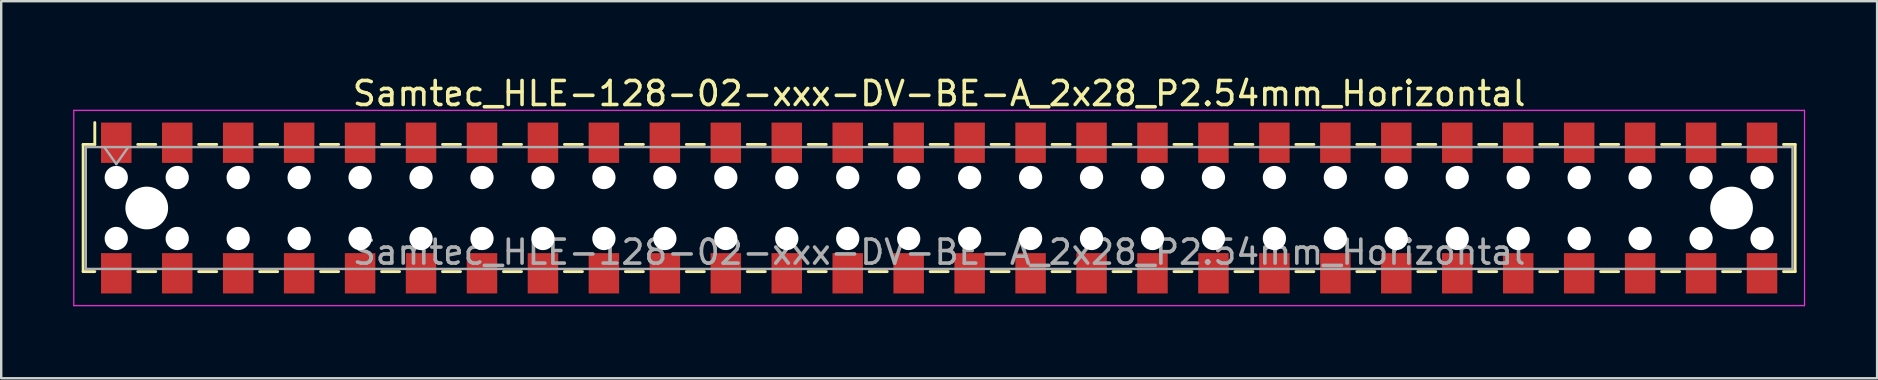
<source format=kicad_pcb>
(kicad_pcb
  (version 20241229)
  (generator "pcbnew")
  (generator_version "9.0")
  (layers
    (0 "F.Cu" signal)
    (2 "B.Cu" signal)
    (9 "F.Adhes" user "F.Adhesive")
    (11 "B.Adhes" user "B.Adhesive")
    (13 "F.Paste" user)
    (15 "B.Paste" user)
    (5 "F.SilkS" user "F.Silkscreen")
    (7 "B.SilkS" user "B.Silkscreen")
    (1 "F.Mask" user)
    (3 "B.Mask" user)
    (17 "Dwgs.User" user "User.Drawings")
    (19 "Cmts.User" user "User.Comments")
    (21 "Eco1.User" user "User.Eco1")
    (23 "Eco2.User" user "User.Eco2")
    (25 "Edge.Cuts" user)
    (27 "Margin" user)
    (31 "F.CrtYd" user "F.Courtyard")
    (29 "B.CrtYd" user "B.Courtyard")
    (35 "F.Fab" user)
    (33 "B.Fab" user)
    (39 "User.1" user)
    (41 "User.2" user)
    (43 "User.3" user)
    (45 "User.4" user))
  (footprint "Samtec_HLE-128-02-xxx-DV-BE-A_2x28_P2.54mm_Horizontal"
    (layer "F.Cu")
    (at 36.085 5.618)
    (property "Reference" "Samtec_HLE-128-02-xxx-DV-BE-A_2x28_P2.54mm_Horizontal" (at 0 -4.77 0) (layer "F.SilkS") (effects (font (size 1 1) (thickness 0.15))))
    (attr smd)
    (fp_line (start -35.67 -2.65) (end -35.67 2.65) (stroke (width 0.12) (type solid)) (layer "F.SilkS"))
    (fp_line (start -35.67 2.65) (end -35.185 2.65) (stroke (width 0.12) (type solid)) (layer "F.SilkS"))
    (fp_line (start -35.185 -3.56) (end -35.185 -2.65) (stroke (width 0.12) (type solid)) (layer "F.SilkS"))
    (fp_line (start -35.185 -2.65) (end -35.67 -2.65) (stroke (width 0.12) (type solid)) (layer "F.SilkS"))
    (fp_line (start -33.395 -2.65) (end -32.645 -2.65) (stroke (width 0.12) (type solid)) (layer "F.SilkS"))
    (fp_line (start -33.395 2.65) (end -32.645 2.65) (stroke (width 0.12) (type solid)) (layer "F.SilkS"))
    (fp_line (start -30.855 -2.65) (end -30.105 -2.65) (stroke (width 0.12) (type solid)) (layer "F.SilkS"))
    (fp_line (start -30.855 2.65) (end -30.105 2.65) (stroke (width 0.12) (type solid)) (layer "F.SilkS"))
    (fp_line (start -28.315 -2.65) (end -27.565 -2.65) (stroke (width 0.12) (type solid)) (layer "F.SilkS"))
    (fp_line (start -28.315 2.65) (end -27.565 2.65) (stroke (width 0.12) (type solid)) (layer "F.SilkS"))
    (fp_line (start -25.775 -2.65) (end -25.025 -2.65) (stroke (width 0.12) (type solid)) (layer "F.SilkS"))
    (fp_line (start -25.775 2.65) (end -25.025 2.65) (stroke (width 0.12) (type solid)) (layer "F.SilkS"))
    (fp_line (start -23.235 -2.65) (end -22.485 -2.65) (stroke (width 0.12) (type solid)) (layer "F.SilkS"))
    (fp_line (start -23.235 2.65) (end -22.485 2.65) (stroke (width 0.12) (type solid)) (layer "F.SilkS"))
    (fp_line (start -20.695 -2.65) (end -19.945 -2.65) (stroke (width 0.12) (type solid)) (layer "F.SilkS"))
    (fp_line (start -20.695 2.65) (end -19.945 2.65) (stroke (width 0.12) (type solid)) (layer "F.SilkS"))
    (fp_line (start -18.155 -2.65) (end -17.405 -2.65) (stroke (width 0.12) (type solid)) (layer "F.SilkS"))
    (fp_line (start -18.155 2.65) (end -17.405 2.65) (stroke (width 0.12) (type solid)) (layer "F.SilkS"))
    (fp_line (start -15.615 -2.65) (end -14.865 -2.65) (stroke (width 0.12) (type solid)) (layer "F.SilkS"))
    (fp_line (start -15.615 2.65) (end -14.865 2.65) (stroke (width 0.12) (type solid)) (layer "F.SilkS"))
    (fp_line (start -13.075 -2.65) (end -12.325 -2.65) (stroke (width 0.12) (type solid)) (layer "F.SilkS"))
    (fp_line (start -13.075 2.65) (end -12.325 2.65) (stroke (width 0.12) (type solid)) (layer "F.SilkS"))
    (fp_line (start -10.535 -2.65) (end -9.785 -2.65) (stroke (width 0.12) (type solid)) (layer "F.SilkS"))
    (fp_line (start -10.535 2.65) (end -9.785 2.65) (stroke (width 0.12) (type solid)) (layer "F.SilkS"))
    (fp_line (start -7.995 -2.65) (end -7.245 -2.65) (stroke (width 0.12) (type solid)) (layer "F.SilkS"))
    (fp_line (start -7.995 2.65) (end -7.245 2.65) (stroke (width 0.12) (type solid)) (layer "F.SilkS"))
    (fp_line (start -5.455 -2.65) (end -4.705 -2.65) (stroke (width 0.12) (type solid)) (layer "F.SilkS"))
    (fp_line (start -5.455 2.65) (end -4.705 2.65) (stroke (width 0.12) (type solid)) (layer "F.SilkS"))
    (fp_line (start -2.915 -2.65) (end -2.165 -2.65) (stroke (width 0.12) (type solid)) (layer "F.SilkS"))
    (fp_line (start -2.915 2.65) (end -2.165 2.65) (stroke (width 0.12) (type solid)) (layer "F.SilkS"))
    (fp_line (start -0.375 -2.65) (end 0.375 -2.65) (stroke (width 0.12) (type solid)) (layer "F.SilkS"))
    (fp_line (start -0.375 2.65) (end 0.375 2.65) (stroke (width 0.12) (type solid)) (layer "F.SilkS"))
    (fp_line (start 2.165 -2.65) (end 2.915 -2.65) (stroke (width 0.12) (type solid)) (layer "F.SilkS"))
    (fp_line (start 2.165 2.65) (end 2.915 2.65) (stroke (width 0.12) (type solid)) (layer "F.SilkS"))
    (fp_line (start 4.705 -2.65) (end 5.455 -2.65) (stroke (width 0.12) (type solid)) (layer "F.SilkS"))
    (fp_line (start 4.705 2.65) (end 5.455 2.65) (stroke (width 0.12) (type solid)) (layer "F.SilkS"))
    (fp_line (start 7.245 -2.65) (end 7.995 -2.65) (stroke (width 0.12) (type solid)) (layer "F.SilkS"))
    (fp_line (start 7.245 2.65) (end 7.995 2.65) (stroke (width 0.12) (type solid)) (layer "F.SilkS"))
    (fp_line (start 9.785 -2.65) (end 10.535 -2.65) (stroke (width 0.12) (type solid)) (layer "F.SilkS"))
    (fp_line (start 9.785 2.65) (end 10.535 2.65) (stroke (width 0.12) (type solid)) (layer "F.SilkS"))
    (fp_line (start 12.325 -2.65) (end 13.075 -2.65) (stroke (width 0.12) (type solid)) (layer "F.SilkS"))
    (fp_line (start 12.325 2.65) (end 13.075 2.65) (stroke (width 0.12) (type solid)) (layer "F.SilkS"))
    (fp_line (start 14.865 -2.65) (end 15.615 -2.65) (stroke (width 0.12) (type solid)) (layer "F.SilkS"))
    (fp_line (start 14.865 2.65) (end 15.615 2.65) (stroke (width 0.12) (type solid)) (layer "F.SilkS"))
    (fp_line (start 17.405 -2.65) (end 18.155 -2.65) (stroke (width 0.12) (type solid)) (layer "F.SilkS"))
    (fp_line (start 17.405 2.65) (end 18.155 2.65) (stroke (width 0.12) (type solid)) (layer "F.SilkS"))
    (fp_line (start 19.945 -2.65) (end 20.695 -2.65) (stroke (width 0.12) (type solid)) (layer "F.SilkS"))
    (fp_line (start 19.945 2.65) (end 20.695 2.65) (stroke (width 0.12) (type solid)) (layer "F.SilkS"))
    (fp_line (start 22.485 -2.65) (end 23.235 -2.65) (stroke (width 0.12) (type solid)) (layer "F.SilkS"))
    (fp_line (start 22.485 2.65) (end 23.235 2.65) (stroke (width 0.12) (type solid)) (layer "F.SilkS"))
    (fp_line (start 25.025 -2.65) (end 25.775 -2.65) (stroke (width 0.12) (type solid)) (layer "F.SilkS"))
    (fp_line (start 25.025 2.65) (end 25.775 2.65) (stroke (width 0.12) (type solid)) (layer "F.SilkS"))
    (fp_line (start 27.565 -2.65) (end 28.315 -2.65) (stroke (width 0.12) (type solid)) (layer "F.SilkS"))
    (fp_line (start 27.565 2.65) (end 28.315 2.65) (stroke (width 0.12) (type solid)) (layer "F.SilkS"))
    (fp_line (start 30.105 -2.65) (end 30.855 -2.65) (stroke (width 0.12) (type solid)) (layer "F.SilkS"))
    (fp_line (start 30.105 2.65) (end 30.855 2.65) (stroke (width 0.12) (type solid)) (layer "F.SilkS"))
    (fp_line (start 32.645 -2.65) (end 33.395 -2.65) (stroke (width 0.12) (type solid)) (layer "F.SilkS"))
    (fp_line (start 32.645 2.65) (end 33.395 2.65) (stroke (width 0.12) (type solid)) (layer "F.SilkS"))
    (fp_line (start 35.185 -2.65) (end 35.67 -2.65) (stroke (width 0.12) (type solid)) (layer "F.SilkS"))
    (fp_line (start 35.67 -2.65) (end 35.67 2.65) (stroke (width 0.12) (type solid)) (layer "F.SilkS"))
    (fp_line (start 35.67 2.65) (end 35.185 2.65) (stroke (width 0.12) (type solid)) (layer "F.SilkS"))
    (fp_line (start -36.06 -4.07) (end 36.06 -4.07) (stroke (width 0.05) (type solid)) (layer "F.CrtYd"))
    (fp_line (start -36.06 4.07) (end -36.06 -4.07) (stroke (width 0.05) (type solid)) (layer "F.CrtYd"))
    (fp_line (start 36.06 -4.07) (end 36.06 4.07) (stroke (width 0.05) (type solid)) (layer "F.CrtYd"))
    (fp_line (start 36.06 4.07) (end -36.06 4.07) (stroke (width 0.05) (type solid)) (layer "F.CrtYd"))
    (fp_line (start -35.56 -2.54) (end 35.56 -2.54) (stroke (width 0.1) (type solid)) (layer "F.Fab"))
    (fp_line (start -35.56 2.54) (end -35.56 -2.54) (stroke (width 0.1) (type solid)) (layer "F.Fab"))
    (fp_line (start -34.79 -2.54) (end -34.29 -1.833) (stroke (width 0.1) (type solid)) (layer "F.Fab"))
    (fp_line (start -34.29 -1.833) (end -33.79 -2.54) (stroke (width 0.1) (type solid)) (layer "F.Fab"))
    (fp_line (start 35.56 -2.54) (end 35.56 2.54) (stroke (width 0.1) (type solid)) (layer "F.Fab"))
    (fp_line (start 35.56 2.54) (end -35.56 2.54) (stroke (width 0.1) (type solid)) (layer "F.Fab"))
    (fp_text user "${REFERENCE}" (at 0 1.84 0) (layer "F.Fab") (effects (font (size 1 1) (thickness 0.15))))
    (pad "" np_thru_hole circle (at -34.29 -1.27) (size 0.97 0.97) (drill 0.97) (layers "*.Cu" "*.Mask"))
    (pad "" np_thru_hole circle (at -34.29 1.27) (size 0.97 0.97) (drill 0.97) (layers "*.Cu" "*.Mask"))
    (pad "" np_thru_hole circle (at -33.02 0) (size 1.78 1.78) (drill 1.78) (layers "*.Cu" "*.Mask"))
    (pad "" np_thru_hole circle (at -31.75 -1.27) (size 0.97 0.97) (drill 0.97) (layers "*.Cu" "*.Mask"))
    (pad "" np_thru_hole circle (at -31.75 1.27) (size 0.97 0.97) (drill 0.97) (layers "*.Cu" "*.Mask"))
    (pad "" np_thru_hole circle (at -29.21 -1.27) (size 0.97 0.97) (drill 0.97) (layers "*.Cu" "*.Mask"))
    (pad "" np_thru_hole circle (at -29.21 1.27) (size 0.97 0.97) (drill 0.97) (layers "*.Cu" "*.Mask"))
    (pad "" np_thru_hole circle (at -26.67 -1.27) (size 0.97 0.97) (drill 0.97) (layers "*.Cu" "*.Mask"))
    (pad "" np_thru_hole circle (at -26.67 1.27) (size 0.97 0.97) (drill 0.97) (layers "*.Cu" "*.Mask"))
    (pad "" np_thru_hole circle (at -24.13 -1.27) (size 0.97 0.97) (drill 0.97) (layers "*.Cu" "*.Mask"))
    (pad "" np_thru_hole circle (at -24.13 1.27) (size 0.97 0.97) (drill 0.97) (layers "*.Cu" "*.Mask"))
    (pad "" np_thru_hole circle (at -21.59 -1.27) (size 0.97 0.97) (drill 0.97) (layers "*.Cu" "*.Mask"))
    (pad "" np_thru_hole circle (at -21.59 1.27) (size 0.97 0.97) (drill 0.97) (layers "*.Cu" "*.Mask"))
    (pad "" np_thru_hole circle (at -19.05 -1.27) (size 0.97 0.97) (drill 0.97) (layers "*.Cu" "*.Mask"))
    (pad "" np_thru_hole circle (at -19.05 1.27) (size 0.97 0.97) (drill 0.97) (layers "*.Cu" "*.Mask"))
    (pad "" np_thru_hole circle (at -16.51 -1.27) (size 0.97 0.97) (drill 0.97) (layers "*.Cu" "*.Mask"))
    (pad "" np_thru_hole circle (at -16.51 1.27) (size 0.97 0.97) (drill 0.97) (layers "*.Cu" "*.Mask"))
    (pad "" np_thru_hole circle (at -13.97 -1.27) (size 0.97 0.97) (drill 0.97) (layers "*.Cu" "*.Mask"))
    (pad "" np_thru_hole circle (at -13.97 1.27) (size 0.97 0.97) (drill 0.97) (layers "*.Cu" "*.Mask"))
    (pad "" np_thru_hole circle (at -11.43 -1.27) (size 0.97 0.97) (drill 0.97) (layers "*.Cu" "*.Mask"))
    (pad "" np_thru_hole circle (at -11.43 1.27) (size 0.97 0.97) (drill 0.97) (layers "*.Cu" "*.Mask"))
    (pad "" np_thru_hole circle (at -8.89 -1.27) (size 0.97 0.97) (drill 0.97) (layers "*.Cu" "*.Mask"))
    (pad "" np_thru_hole circle (at -8.89 1.27) (size 0.97 0.97) (drill 0.97) (layers "*.Cu" "*.Mask"))
    (pad "" np_thru_hole circle (at -6.35 -1.27) (size 0.97 0.97) (drill 0.97) (layers "*.Cu" "*.Mask"))
    (pad "" np_thru_hole circle (at -6.35 1.27) (size 0.97 0.97) (drill 0.97) (layers "*.Cu" "*.Mask"))
    (pad "" np_thru_hole circle (at -3.81 -1.27) (size 0.97 0.97) (drill 0.97) (layers "*.Cu" "*.Mask"))
    (pad "" np_thru_hole circle (at -3.81 1.27) (size 0.97 0.97) (drill 0.97) (layers "*.Cu" "*.Mask"))
    (pad "" np_thru_hole circle (at -1.27 -1.27) (size 0.97 0.97) (drill 0.97) (layers "*.Cu" "*.Mask"))
    (pad "" np_thru_hole circle (at -1.27 1.27) (size 0.97 0.97) (drill 0.97) (layers "*.Cu" "*.Mask"))
    (pad "" np_thru_hole circle (at 1.27 -1.27) (size 0.97 0.97) (drill 0.97) (layers "*.Cu" "*.Mask"))
    (pad "" np_thru_hole circle (at 1.27 1.27) (size 0.97 0.97) (drill 0.97) (layers "*.Cu" "*.Mask"))
    (pad "" np_thru_hole circle (at 3.81 -1.27) (size 0.97 0.97) (drill 0.97) (layers "*.Cu" "*.Mask"))
    (pad "" np_thru_hole circle (at 3.81 1.27) (size 0.97 0.97) (drill 0.97) (layers "*.Cu" "*.Mask"))
    (pad "" np_thru_hole circle (at 6.35 -1.27) (size 0.97 0.97) (drill 0.97) (layers "*.Cu" "*.Mask"))
    (pad "" np_thru_hole circle (at 6.35 1.27) (size 0.97 0.97) (drill 0.97) (layers "*.Cu" "*.Mask"))
    (pad "" np_thru_hole circle (at 8.89 -1.27) (size 0.97 0.97) (drill 0.97) (layers "*.Cu" "*.Mask"))
    (pad "" np_thru_hole circle (at 8.89 1.27) (size 0.97 0.97) (drill 0.97) (layers "*.Cu" "*.Mask"))
    (pad "" np_thru_hole circle (at 11.43 -1.27) (size 0.97 0.97) (drill 0.97) (layers "*.Cu" "*.Mask"))
    (pad "" np_thru_hole circle (at 11.43 1.27) (size 0.97 0.97) (drill 0.97) (layers "*.Cu" "*.Mask"))
    (pad "" np_thru_hole circle (at 13.97 -1.27) (size 0.97 0.97) (drill 0.97) (layers "*.Cu" "*.Mask"))
    (pad "" np_thru_hole circle (at 13.97 1.27) (size 0.97 0.97) (drill 0.97) (layers "*.Cu" "*.Mask"))
    (pad "" np_thru_hole circle (at 16.51 -1.27) (size 0.97 0.97) (drill 0.97) (layers "*.Cu" "*.Mask"))
    (pad "" np_thru_hole circle (at 16.51 1.27) (size 0.97 0.97) (drill 0.97) (layers "*.Cu" "*.Mask"))
    (pad "" np_thru_hole circle (at 19.05 -1.27) (size 0.97 0.97) (drill 0.97) (layers "*.Cu" "*.Mask"))
    (pad "" np_thru_hole circle (at 19.05 1.27) (size 0.97 0.97) (drill 0.97) (layers "*.Cu" "*.Mask"))
    (pad "" np_thru_hole circle (at 21.59 -1.27) (size 0.97 0.97) (drill 0.97) (layers "*.Cu" "*.Mask"))
    (pad "" np_thru_hole circle (at 21.59 1.27) (size 0.97 0.97) (drill 0.97) (layers "*.Cu" "*.Mask"))
    (pad "" np_thru_hole circle (at 24.13 -1.27) (size 0.97 0.97) (drill 0.97) (layers "*.Cu" "*.Mask"))
    (pad "" np_thru_hole circle (at 24.13 1.27) (size 0.97 0.97) (drill 0.97) (layers "*.Cu" "*.Mask"))
    (pad "" np_thru_hole circle (at 26.67 -1.27) (size 0.97 0.97) (drill 0.97) (layers "*.Cu" "*.Mask"))
    (pad "" np_thru_hole circle (at 26.67 1.27) (size 0.97 0.97) (drill 0.97) (layers "*.Cu" "*.Mask"))
    (pad "" np_thru_hole circle (at 29.21 -1.27) (size 0.97 0.97) (drill 0.97) (layers "*.Cu" "*.Mask"))
    (pad "" np_thru_hole circle (at 29.21 1.27) (size 0.97 0.97) (drill 0.97) (layers "*.Cu" "*.Mask"))
    (pad "" np_thru_hole circle (at 31.75 -1.27) (size 0.97 0.97) (drill 0.97) (layers "*.Cu" "*.Mask"))
    (pad "" np_thru_hole circle (at 31.75 1.27) (size 0.97 0.97) (drill 0.97) (layers "*.Cu" "*.Mask"))
    (pad "" np_thru_hole circle (at 33.02 0) (size 1.78 1.78) (drill 1.78) (layers "*.Cu" "*.Mask"))
    (pad "" np_thru_hole circle (at 34.29 -1.27) (size 0.97 0.97) (drill 0.97) (layers "*.Cu" "*.Mask"))
    (pad "" np_thru_hole circle (at 34.29 1.27) (size 0.97 0.97) (drill 0.97) (layers "*.Cu" "*.Mask"))
    (pad "1" smd rect (at -34.29 -2.72) (size 1.27 1.68) (layers "F.Cu" "F.Mask" "F.Paste"))
    (pad "2" smd rect (at -34.29 2.72) (size 1.27 1.68) (layers "F.Cu" "F.Mask" "F.Paste"))
    (pad "3" smd rect (at -31.75 -2.72) (size 1.27 1.68) (layers "F.Cu" "F.Mask" "F.Paste"))
    (pad "4" smd rect (at -31.75 2.72) (size 1.27 1.68) (layers "F.Cu" "F.Mask" "F.Paste"))
    (pad "5" smd rect (at -29.21 -2.72) (size 1.27 1.68) (layers "F.Cu" "F.Mask" "F.Paste"))
    (pad "6" smd rect (at -29.21 2.72) (size 1.27 1.68) (layers "F.Cu" "F.Mask" "F.Paste"))
    (pad "7" smd rect (at -26.67 -2.72) (size 1.27 1.68) (layers "F.Cu" "F.Mask" "F.Paste"))
    (pad "8" smd rect (at -26.67 2.72) (size 1.27 1.68) (layers "F.Cu" "F.Mask" "F.Paste"))
    (pad "9" smd rect (at -24.13 -2.72) (size 1.27 1.68) (layers "F.Cu" "F.Mask" "F.Paste"))
    (pad "10" smd rect (at -24.13 2.72) (size 1.27 1.68) (layers "F.Cu" "F.Mask" "F.Paste"))
    (pad "11" smd rect (at -21.59 -2.72) (size 1.27 1.68) (layers "F.Cu" "F.Mask" "F.Paste"))
    (pad "12" smd rect (at -21.59 2.72) (size 1.27 1.68) (layers "F.Cu" "F.Mask" "F.Paste"))
    (pad "13" smd rect (at -19.05 -2.72) (size 1.27 1.68) (layers "F.Cu" "F.Mask" "F.Paste"))
    (pad "14" smd rect (at -19.05 2.72) (size 1.27 1.68) (layers "F.Cu" "F.Mask" "F.Paste"))
    (pad "15" smd rect (at -16.51 -2.72) (size 1.27 1.68) (layers "F.Cu" "F.Mask" "F.Paste"))
    (pad "16" smd rect (at -16.51 2.72) (size 1.27 1.68) (layers "F.Cu" "F.Mask" "F.Paste"))
    (pad "17" smd rect (at -13.97 -2.72) (size 1.27 1.68) (layers "F.Cu" "F.Mask" "F.Paste"))
    (pad "18" smd rect (at -13.97 2.72) (size 1.27 1.68) (layers "F.Cu" "F.Mask" "F.Paste"))
    (pad "19" smd rect (at -11.43 -2.72) (size 1.27 1.68) (layers "F.Cu" "F.Mask" "F.Paste"))
    (pad "20" smd rect (at -11.43 2.72) (size 1.27 1.68) (layers "F.Cu" "F.Mask" "F.Paste"))
    (pad "21" smd rect (at -8.89 -2.72) (size 1.27 1.68) (layers "F.Cu" "F.Mask" "F.Paste"))
    (pad "22" smd rect (at -8.89 2.72) (size 1.27 1.68) (layers "F.Cu" "F.Mask" "F.Paste"))
    (pad "23" smd rect (at -6.35 -2.72) (size 1.27 1.68) (layers "F.Cu" "F.Mask" "F.Paste"))
    (pad "24" smd rect (at -6.35 2.72) (size 1.27 1.68) (layers "F.Cu" "F.Mask" "F.Paste"))
    (pad "25" smd rect (at -3.81 -2.72) (size 1.27 1.68) (layers "F.Cu" "F.Mask" "F.Paste"))
    (pad "26" smd rect (at -3.81 2.72) (size 1.27 1.68) (layers "F.Cu" "F.Mask" "F.Paste"))
    (pad "27" smd rect (at -1.27 -2.72) (size 1.27 1.68) (layers "F.Cu" "F.Mask" "F.Paste"))
    (pad "28" smd rect (at -1.27 2.72) (size 1.27 1.68) (layers "F.Cu" "F.Mask" "F.Paste"))
    (pad "29" smd rect (at 1.27 -2.72) (size 1.27 1.68) (layers "F.Cu" "F.Mask" "F.Paste"))
    (pad "30" smd rect (at 1.27 2.72) (size 1.27 1.68) (layers "F.Cu" "F.Mask" "F.Paste"))
    (pad "31" smd rect (at 3.81 -2.72) (size 1.27 1.68) (layers "F.Cu" "F.Mask" "F.Paste"))
    (pad "32" smd rect (at 3.81 2.72) (size 1.27 1.68) (layers "F.Cu" "F.Mask" "F.Paste"))
    (pad "33" smd rect (at 6.35 -2.72) (size 1.27 1.68) (layers "F.Cu" "F.Mask" "F.Paste"))
    (pad "34" smd rect (at 6.35 2.72) (size 1.27 1.68) (layers "F.Cu" "F.Mask" "F.Paste"))
    (pad "35" smd rect (at 8.89 -2.72) (size 1.27 1.68) (layers "F.Cu" "F.Mask" "F.Paste"))
    (pad "36" smd rect (at 8.89 2.72) (size 1.27 1.68) (layers "F.Cu" "F.Mask" "F.Paste"))
    (pad "37" smd rect (at 11.43 -2.72) (size 1.27 1.68) (layers "F.Cu" "F.Mask" "F.Paste"))
    (pad "38" smd rect (at 11.43 2.72) (size 1.27 1.68) (layers "F.Cu" "F.Mask" "F.Paste"))
    (pad "39" smd rect (at 13.97 -2.72) (size 1.27 1.68) (layers "F.Cu" "F.Mask" "F.Paste"))
    (pad "40" smd rect (at 13.97 2.72) (size 1.27 1.68) (layers "F.Cu" "F.Mask" "F.Paste"))
    (pad "41" smd rect (at 16.51 -2.72) (size 1.27 1.68) (layers "F.Cu" "F.Mask" "F.Paste"))
    (pad "42" smd rect (at 16.51 2.72) (size 1.27 1.68) (layers "F.Cu" "F.Mask" "F.Paste"))
    (pad "43" smd rect (at 19.05 -2.72) (size 1.27 1.68) (layers "F.Cu" "F.Mask" "F.Paste"))
    (pad "44" smd rect (at 19.05 2.72) (size 1.27 1.68) (layers "F.Cu" "F.Mask" "F.Paste"))
    (pad "45" smd rect (at 21.59 -2.72) (size 1.27 1.68) (layers "F.Cu" "F.Mask" "F.Paste"))
    (pad "46" smd rect (at 21.59 2.72) (size 1.27 1.68) (layers "F.Cu" "F.Mask" "F.Paste"))
    (pad "47" smd rect (at 24.13 -2.72) (size 1.27 1.68) (layers "F.Cu" "F.Mask" "F.Paste"))
    (pad "48" smd rect (at 24.13 2.72) (size 1.27 1.68) (layers "F.Cu" "F.Mask" "F.Paste"))
    (pad "49" smd rect (at 26.67 -2.72) (size 1.27 1.68) (layers "F.Cu" "F.Mask" "F.Paste"))
    (pad "50" smd rect (at 26.67 2.72) (size 1.27 1.68) (layers "F.Cu" "F.Mask" "F.Paste"))
    (pad "51" smd rect (at 29.21 -2.72) (size 1.27 1.68) (layers "F.Cu" "F.Mask" "F.Paste"))
    (pad "52" smd rect (at 29.21 2.72) (size 1.27 1.68) (layers "F.Cu" "F.Mask" "F.Paste"))
    (pad "53" smd rect (at 31.75 -2.72) (size 1.27 1.68) (layers "F.Cu" "F.Mask" "F.Paste"))
    (pad "54" smd rect (at 31.75 2.72) (size 1.27 1.68) (layers "F.Cu" "F.Mask" "F.Paste"))
    (pad "55" smd rect (at 34.29 -2.72) (size 1.27 1.68) (layers "F.Cu" "F.Mask" "F.Paste"))
    (pad "56" smd rect (at 34.29 2.72) (size 1.27 1.68) (layers "F.Cu" "F.Mask" "F.Paste")))
  (gr_rect
    (start -3 -3)
    (end 75.17 12.713)
    (stroke (width 0.1) (type default))
    (fill no)
    (layer "Edge.Cuts")))
</source>
